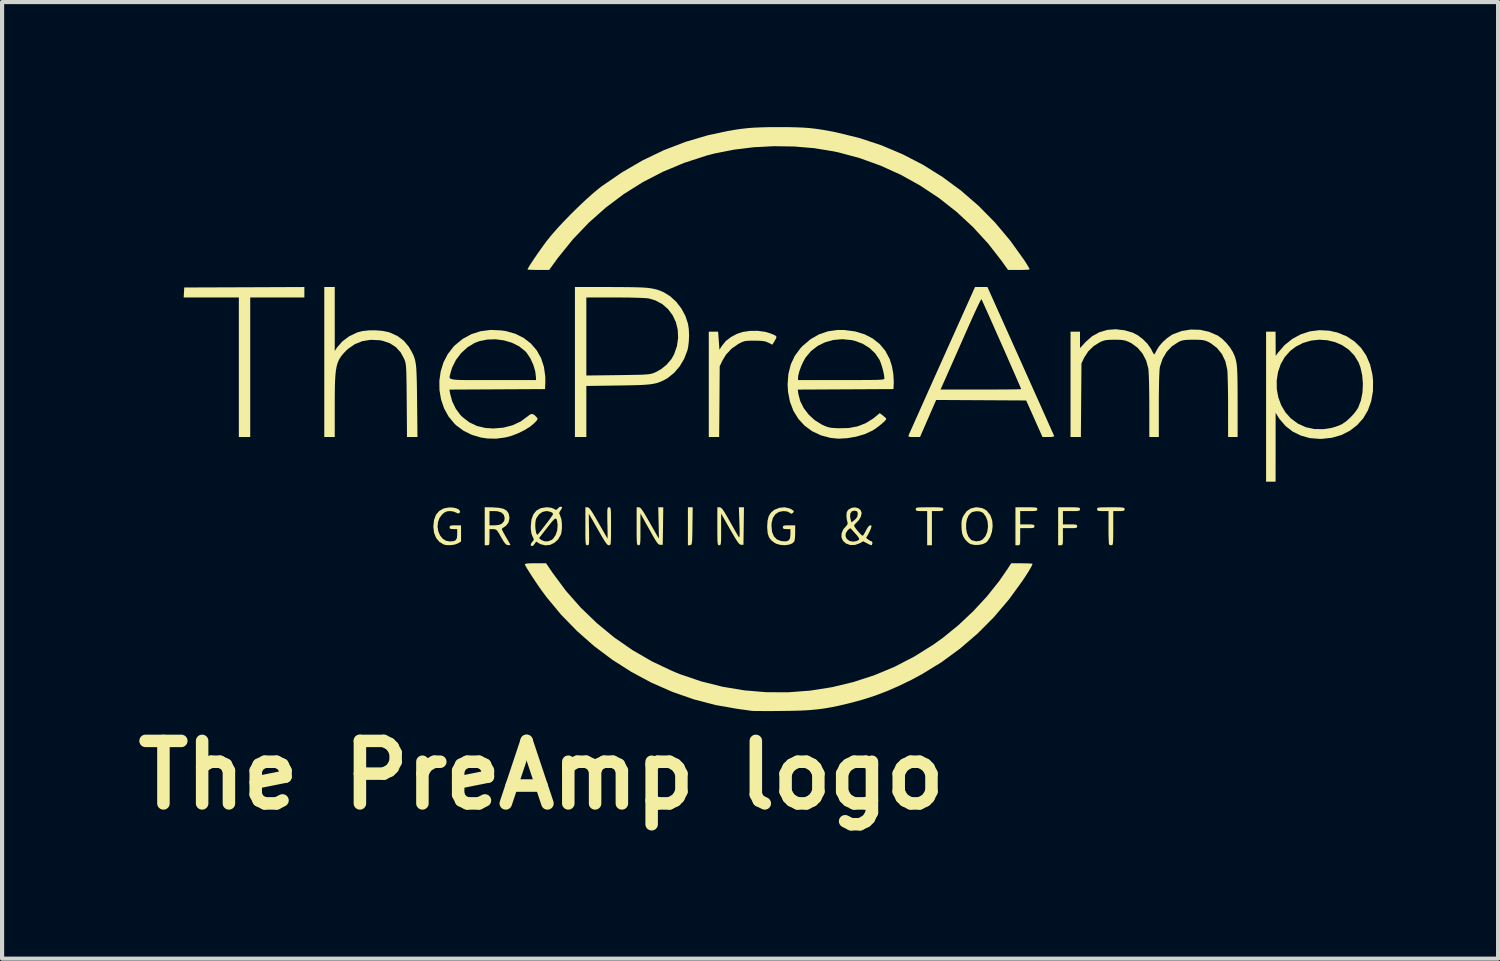
<source format=kicad_pcb>
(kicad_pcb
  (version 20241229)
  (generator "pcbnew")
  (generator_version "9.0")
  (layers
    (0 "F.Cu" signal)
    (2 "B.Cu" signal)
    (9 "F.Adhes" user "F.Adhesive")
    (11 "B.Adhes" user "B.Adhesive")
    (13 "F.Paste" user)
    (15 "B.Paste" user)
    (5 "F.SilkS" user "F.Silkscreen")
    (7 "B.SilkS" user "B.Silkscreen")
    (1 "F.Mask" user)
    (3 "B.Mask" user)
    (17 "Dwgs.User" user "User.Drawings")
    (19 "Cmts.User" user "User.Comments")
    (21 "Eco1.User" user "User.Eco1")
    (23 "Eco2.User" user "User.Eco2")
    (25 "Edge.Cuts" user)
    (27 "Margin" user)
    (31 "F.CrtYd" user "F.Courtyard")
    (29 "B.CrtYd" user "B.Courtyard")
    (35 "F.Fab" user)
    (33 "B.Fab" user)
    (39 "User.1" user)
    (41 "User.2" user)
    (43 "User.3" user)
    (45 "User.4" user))
  (footprint "The PreAmp logo"
    (layer "F.Cu")
    (at 15.643 7.049)
    (property "Reference" "The PreAmp logo" (at -5.7 8.5 0) (layer "F.SilkS") (effects (font (size 1.5 1.5) (thickness 0.3))))
    (attr board_only exclude_from_pos_files exclude_from_bom)
    (fp_poly (pts (xy -2.078 2.523) (xy -2.08 2.676) (xy -2.083 2.791) (xy -2.086 2.871) (xy -2.091 2.924) (xy -2.099 2.956) (xy -2.109 2.972) (xy -2.124 2.978) (xy -2.136 2.98) (xy -2.187 2.987) (xy -2.187 2.53) (xy -2.187 2.073) (xy -2.129 2.073) (xy -2.072 2.073)) (stroke (width 0) (type solid)) (fill yes) (layer "F.SilkS"))
    (fp_poly (pts (xy -11.39 -3.087) (xy -11.39 -2.961) (xy -12.039 -2.961) (xy -12.689 -2.961) (xy -12.689 -1.287) (xy -12.689 0.387) (xy -12.825 0.387) (xy -12.962 0.387) (xy -12.962 -1.287) (xy -12.962 -2.961) (xy -13.624 -2.961) (xy -14.286 -2.961) (xy -14.279 -3.081) (xy -14.272 -3.201) (xy -12.831 -3.206) (xy -11.39 -3.212)) (stroke (width 0) (type solid)) (fill yes) (layer "F.SilkS"))
    (fp_poly (pts (xy 3.739 2.073) (xy 3.83 2.075) (xy 3.888 2.079) (xy 3.921 2.086) (xy 3.937 2.097) (xy 3.941 2.113) (xy 3.941 2.119) (xy 3.936 2.144) (xy 3.914 2.158) (xy 3.865 2.163) (xy 3.804 2.164) (xy 3.668 2.164) (xy 3.668 2.574) (xy 3.668 2.984) (xy 3.611 2.984) (xy 3.554 2.984) (xy 3.554 2.574) (xy 3.554 2.164) (xy 3.417 2.164) (xy 3.341 2.162) (xy 3.299 2.155) (xy 3.283 2.139) (xy 3.28 2.119) (xy 3.283 2.101) (xy 3.294 2.088) (xy 3.322 2.08) (xy 3.372 2.076) (xy 3.453 2.074) (xy 3.57 2.073) (xy 3.611 2.073)) (stroke (width 0) (type solid)) (fill yes) (layer "F.SilkS"))
    (fp_poly (pts (xy 6.047 2.073) (xy 6.122 2.076) (xy 6.166 2.081) (xy 6.188 2.091) (xy 6.196 2.107) (xy 6.196 2.119) (xy 6.193 2.14) (xy 6.177 2.154) (xy 6.139 2.161) (xy 6.072 2.164) (xy 5.991 2.164) (xy 5.786 2.164) (xy 5.786 2.324) (xy 5.786 2.483) (xy 5.957 2.483) (xy 6.044 2.484) (xy 6.096 2.489) (xy 6.12 2.5) (xy 6.128 2.52) (xy 6.128 2.529) (xy 6.124 2.552) (xy 6.105 2.566) (xy 6.063 2.572) (xy 5.988 2.574) (xy 5.957 2.574) (xy 5.786 2.574) (xy 5.786 2.779) (xy 5.786 2.876) (xy 5.783 2.937) (xy 5.775 2.969) (xy 5.759 2.982) (xy 5.734 2.984) (xy 5.729 2.984) (xy 5.672 2.984) (xy 5.672 2.529) (xy 5.672 2.073) (xy 5.934 2.073)) (stroke (width 0) (type solid)) (fill yes) (layer "F.SilkS"))
    (fp_poly (pts (xy 7.072 2.073) (xy 7.147 2.076) (xy 7.191 2.081) (xy 7.213 2.091) (xy 7.221 2.107) (xy 7.221 2.119) (xy 7.218 2.14) (xy 7.202 2.154) (xy 7.164 2.161) (xy 7.097 2.164) (xy 7.016 2.164) (xy 6.811 2.164) (xy 6.811 2.324) (xy 6.811 2.483) (xy 6.982 2.483) (xy 7.07 2.484) (xy 7.121 2.489) (xy 7.145 2.5) (xy 7.153 2.52) (xy 7.153 2.529) (xy 7.149 2.552) (xy 7.131 2.566) (xy 7.088 2.572) (xy 7.013 2.574) (xy 6.982 2.574) (xy 6.811 2.574) (xy 6.811 2.779) (xy 6.811 2.876) (xy 6.808 2.937) (xy 6.8 2.969) (xy 6.785 2.982) (xy 6.759 2.984) (xy 6.754 2.984) (xy 6.697 2.984) (xy 6.697 2.529) (xy 6.697 2.073) (xy 6.959 2.073)) (stroke (width 0) (type solid)) (fill yes) (layer "F.SilkS"))
    (fp_poly (pts (xy 8.09 2.073) (xy 8.181 2.075) (xy 8.239 2.079) (xy 8.272 2.086) (xy 8.288 2.097) (xy 8.292 2.113) (xy 8.292 2.119) (xy 8.287 2.144) (xy 8.265 2.158) (xy 8.216 2.163) (xy 8.155 2.164) (xy 8.019 2.164) (xy 8.019 2.574) (xy 8.018 2.72) (xy 8.017 2.827) (xy 8.014 2.9) (xy 8.009 2.947) (xy 8.001 2.972) (xy 7.99 2.982) (xy 7.977 2.984) (xy 7.934 2.977) (xy 7.92 2.969) (xy 7.915 2.942) (xy 7.911 2.878) (xy 7.907 2.783) (xy 7.905 2.666) (xy 7.905 2.559) (xy 7.905 2.164) (xy 7.768 2.164) (xy 7.692 2.162) (xy 7.65 2.155) (xy 7.634 2.139) (xy 7.631 2.119) (xy 7.634 2.101) (xy 7.645 2.088) (xy 7.673 2.08) (xy 7.723 2.076) (xy 7.804 2.074) (xy 7.921 2.073) (xy 7.962 2.073)) (stroke (width 0) (type solid)) (fill yes) (layer "F.SilkS"))
    (fp_poly (pts (xy -0.346 -2.139) (xy -0.281 -2.123) (xy -0.198 -2.095) (xy -0.128 -2.067) (xy -0.087 -2.046) (xy -0.087 -2.046) (xy -0.065 -2.024) (xy -0.064 -1.999) (xy -0.085 -1.955) (xy -0.104 -1.922) (xy -0.16 -1.829) (xy -0.257 -1.877) (xy -0.311 -1.9) (xy -0.37 -1.914) (xy -0.447 -1.922) (xy -0.553 -1.925) (xy -0.592 -1.925) (xy -0.702 -1.924) (xy -0.779 -1.92) (xy -0.838 -1.909) (xy -0.891 -1.89) (xy -0.953 -1.859) (xy -0.974 -1.848) (xy -1.14 -1.733) (xy -1.275 -1.587) (xy -1.363 -1.439) (xy -1.424 -1.31) (xy -1.43 -0.461) (xy -1.437 0.387) (xy -1.561 0.387) (xy -1.686 0.387) (xy -1.686 -0.877) (xy -1.686 -2.141) (xy -1.574 -2.141) (xy -1.462 -2.141) (xy -1.446 -1.925) (xy -1.43 -1.708) (xy -1.368 -1.805) (xy -1.276 -1.918) (xy -1.15 -2.014) (xy -1.008 -2.089) (xy -0.862 -2.136) (xy -0.692 -2.16) (xy -0.515 -2.161)) (stroke (width 0) (type solid)) (fill yes) (layer "F.SilkS"))
    (fp_poly (pts (xy -1.403 2.078) (xy -1.378 2.097) (xy -1.346 2.135) (xy -1.306 2.197) (xy -1.251 2.289) (xy -1.183 2.409) (xy -1.118 2.523) (xy -1.06 2.626) (xy -1.012 2.71) (xy -0.978 2.767) (xy -0.966 2.787) (xy -0.956 2.794) (xy -0.949 2.777) (xy -0.946 2.73) (xy -0.946 2.65) (xy -0.949 2.531) (xy -0.951 2.451) (xy -0.964 2.073) (xy -0.903 2.073) (xy -0.842 2.073) (xy -0.848 2.523) (xy -0.854 2.973) (xy -0.909 2.973) (xy -0.931 2.968) (xy -0.956 2.95) (xy -0.986 2.914) (xy -1.026 2.855) (xy -1.079 2.767) (xy -1.149 2.646) (xy -1.177 2.598) (xy -1.39 2.223) (xy -1.39 2.604) (xy -1.39 2.743) (xy -1.391 2.844) (xy -1.394 2.912) (xy -1.4 2.953) (xy -1.409 2.975) (xy -1.422 2.983) (xy -1.435 2.984) (xy -1.451 2.982) (xy -1.462 2.973) (xy -1.47 2.95) (xy -1.476 2.909) (xy -1.479 2.842) (xy -1.48 2.744) (xy -1.481 2.609) (xy -1.481 2.529) (xy -1.481 2.073) (xy -1.426 2.073)) (stroke (width 0) (type solid)) (fill yes) (layer "F.SilkS"))
    (fp_poly (pts (xy -3.342 2.078) (xy -3.317 2.098) (xy -3.286 2.137) (xy -3.244 2.2) (xy -3.189 2.292) (xy -3.116 2.418) (xy -3.099 2.449) (xy -3.032 2.566) (xy -2.974 2.668) (xy -2.928 2.75) (xy -2.897 2.804) (xy -2.884 2.825) (xy -2.884 2.825) (xy -2.884 2.803) (xy -2.884 2.744) (xy -2.886 2.654) (xy -2.888 2.54) (xy -2.89 2.449) (xy -2.898 2.073) (xy -2.838 2.073) (xy -2.778 2.073) (xy -2.784 2.523) (xy -2.791 2.973) (xy -2.846 2.973) (xy -2.866 2.971) (xy -2.885 2.964) (xy -2.906 2.946) (xy -2.933 2.912) (xy -2.967 2.859) (xy -3.014 2.781) (xy -3.074 2.674) (xy -3.153 2.533) (xy -3.181 2.484) (xy -3.326 2.222) (xy -3.326 2.603) (xy -3.326 2.743) (xy -3.327 2.844) (xy -3.33 2.912) (xy -3.336 2.953) (xy -3.345 2.975) (xy -3.358 2.983) (xy -3.371 2.984) (xy -3.387 2.982) (xy -3.398 2.973) (xy -3.407 2.95) (xy -3.412 2.909) (xy -3.415 2.842) (xy -3.417 2.744) (xy -3.417 2.609) (xy -3.417 2.529) (xy -3.417 2.073) (xy -3.364 2.073)) (stroke (width 0) (type solid)) (fill yes) (layer "F.SilkS"))
    (fp_poly (pts (xy -7.83 2.079) (xy -7.746 2.097) (xy -7.684 2.127) (xy -7.655 2.166) (xy -7.654 2.175) (xy -7.669 2.215) (xy -7.708 2.22) (xy -7.75 2.2) (xy -7.805 2.177) (xy -7.879 2.165) (xy -7.899 2.164) (xy -7.973 2.172) (xy -8.033 2.202) (xy -8.077 2.238) (xy -8.146 2.326) (xy -8.184 2.429) (xy -8.194 2.539) (xy -8.177 2.647) (xy -8.137 2.744) (xy -8.075 2.824) (xy -7.993 2.876) (xy -7.902 2.893) (xy -7.812 2.887) (xy -7.757 2.862) (xy -7.73 2.811) (xy -7.723 2.727) (xy -7.723 2.721) (xy -7.723 2.597) (xy -7.814 2.597) (xy -7.873 2.593) (xy -7.9 2.578) (xy -7.905 2.551) (xy -7.9 2.526) (xy -7.878 2.512) (xy -7.829 2.507) (xy -7.768 2.506) (xy -7.631 2.506) (xy -7.631 2.7) (xy -7.631 2.894) (xy -7.705 2.939) (xy -7.78 2.967) (xy -7.876 2.982) (xy -7.973 2.982) (xy -8.041 2.968) (xy -8.15 2.904) (xy -8.23 2.807) (xy -8.279 2.681) (xy -8.295 2.539) (xy -8.279 2.38) (xy -8.232 2.254) (xy -8.154 2.161) (xy -8.047 2.101) (xy -7.927 2.077)) (stroke (width 0) (type solid)) (fill yes) (layer "F.SilkS"))
    (fp_poly (pts (xy 4.875 2.092) (xy 4.977 2.148) (xy 5.057 2.245) (xy 5.076 2.278) (xy 5.115 2.394) (xy 5.125 2.525) (xy 5.109 2.658) (xy 5.068 2.78) (xy 5.006 2.88) (xy 4.96 2.924) (xy 4.885 2.958) (xy 4.786 2.976) (xy 4.683 2.976) (xy 4.594 2.955) (xy 4.586 2.952) (xy 4.53 2.913) (xy 4.471 2.852) (xy 4.449 2.822) (xy 4.414 2.761) (xy 4.393 2.699) (xy 4.382 2.619) (xy 4.38 2.581) (xy 4.489 2.581) (xy 4.508 2.69) (xy 4.546 2.783) (xy 4.604 2.849) (xy 4.628 2.865) (xy 4.726 2.89) (xy 4.823 2.878) (xy 4.886 2.844) (xy 4.955 2.763) (xy 4.997 2.657) (xy 5.013 2.537) (xy 5.004 2.416) (xy 4.967 2.306) (xy 4.905 2.218) (xy 4.89 2.204) (xy 4.82 2.173) (xy 4.732 2.167) (xy 4.646 2.184) (xy 4.609 2.203) (xy 4.549 2.267) (xy 4.509 2.358) (xy 4.489 2.466) (xy 4.489 2.581) (xy 4.38 2.581) (xy 4.378 2.553) (xy 4.377 2.454) (xy 4.384 2.382) (xy 4.404 2.32) (xy 4.424 2.278) (xy 4.499 2.17) (xy 4.595 2.103) (xy 4.713 2.074) (xy 4.75 2.073)) (stroke (width 0) (type solid)) (fill yes) (layer "F.SilkS"))
    (fp_poly (pts (xy -6.874 2.075) (xy -6.723 2.085) (xy -6.611 2.11) (xy -6.535 2.154) (xy -6.49 2.218) (xy -6.471 2.305) (xy -6.47 2.342) (xy -6.492 2.44) (xy -6.553 2.518) (xy -6.601 2.55) (xy -6.64 2.577) (xy -6.652 2.597) (xy -6.641 2.625) (xy -6.612 2.682) (xy -6.57 2.757) (xy -6.549 2.792) (xy -6.504 2.87) (xy -6.468 2.933) (xy -6.449 2.97) (xy -6.447 2.976) (xy -6.466 2.982) (xy -6.507 2.98) (xy -6.541 2.969) (xy -6.574 2.94) (xy -6.613 2.886) (xy -6.665 2.799) (xy -6.672 2.785) (xy -6.722 2.698) (xy -6.757 2.643) (xy -6.786 2.613) (xy -6.816 2.601) (xy -6.855 2.598) (xy -6.863 2.598) (xy -6.948 2.597) (xy -6.948 2.791) (xy -6.949 2.884) (xy -6.952 2.942) (xy -6.961 2.971) (xy -6.978 2.982) (xy -7.005 2.984) (xy -7.062 2.984) (xy -7.062 2.527) (xy -7.062 2.164) (xy -6.948 2.164) (xy -6.948 2.335) (xy -6.948 2.506) (xy -6.826 2.506) (xy -6.731 2.498) (xy -6.663 2.473) (xy -6.644 2.459) (xy -6.596 2.401) (xy -6.583 2.335) (xy -6.603 2.255) (xy -6.659 2.199) (xy -6.752 2.169) (xy -6.826 2.164) (xy -6.948 2.164) (xy -7.062 2.164) (xy -7.062 2.071)) (stroke (width 0) (type solid)) (fill yes) (layer "F.SilkS"))
    (fp_poly (pts (xy 0.251 2.099) (xy 0.294 2.12) (xy 0.342 2.152) (xy 0.355 2.174) (xy 0.34 2.198) (xy 0.334 2.204) (xy 0.303 2.228) (xy 0.275 2.22) (xy 0.255 2.202) (xy 0.195 2.174) (xy 0.109 2.164) (xy -0.002 2.183) (xy -0.089 2.24) (xy -0.149 2.33) (xy -0.179 2.451) (xy -0.182 2.517) (xy -0.168 2.661) (xy -0.124 2.77) (xy -0.052 2.844) (xy 0.049 2.883) (xy 0.075 2.887) (xy 0.171 2.89) (xy 0.231 2.868) (xy 0.263 2.817) (xy 0.273 2.731) (xy 0.273 2.721) (xy 0.273 2.597) (xy 0.182 2.597) (xy 0.123 2.593) (xy 0.096 2.578) (xy 0.091 2.551) (xy 0.096 2.527) (xy 0.116 2.513) (xy 0.163 2.507) (xy 0.239 2.506) (xy 0.387 2.506) (xy 0.387 2.678) (xy 0.384 2.768) (xy 0.377 2.843) (xy 0.366 2.89) (xy 0.365 2.892) (xy 0.316 2.94) (xy 0.236 2.97) (xy 0.139 2.983) (xy 0.035 2.976) (xy -0.061 2.95) (xy -0.103 2.929) (xy -0.187 2.866) (xy -0.242 2.792) (xy -0.273 2.697) (xy -0.284 2.57) (xy -0.285 2.54) (xy -0.276 2.396) (xy -0.248 2.287) (xy -0.197 2.204) (xy -0.12 2.139) (xy -0.103 2.129) (xy 0.013 2.084) (xy 0.135 2.073)) (stroke (width 0) (type solid)) (fill yes) (layer "F.SilkS"))
    (fp_poly (pts (xy -10.661 -2.446) (xy -10.661 -1.679) (xy -10.605 -1.763) (xy -10.479 -1.907) (xy -10.318 -2.028) (xy -10.126 -2.121) (xy -10.114 -2.125) (xy -9.991 -2.156) (xy -9.84 -2.172) (xy -9.677 -2.173) (xy -9.517 -2.16) (xy -9.377 -2.132) (xy -9.34 -2.12) (xy -9.157 -2.037) (xy -9.006 -1.925) (xy -8.883 -1.778) (xy -8.816 -1.663) (xy -8.786 -1.603) (xy -8.762 -1.548) (xy -8.742 -1.491) (xy -8.727 -1.428) (xy -8.714 -1.354) (xy -8.705 -1.264) (xy -8.699 -1.152) (xy -8.694 -1.013) (xy -8.69 -0.842) (xy -8.687 -0.635) (xy -8.685 -0.473) (xy -8.676 0.387) (xy -8.802 0.387) (xy -8.927 0.387) (xy -8.934 -0.484) (xy -8.936 -0.707) (xy -8.938 -0.889) (xy -8.941 -1.036) (xy -8.943 -1.151) (xy -8.947 -1.241) (xy -8.952 -1.309) (xy -8.958 -1.362) (xy -8.966 -1.403) (xy -8.976 -1.438) (xy -8.988 -1.471) (xy -8.993 -1.483) (xy -9.08 -1.645) (xy -9.197 -1.772) (xy -9.343 -1.865) (xy -9.519 -1.924) (xy -9.589 -1.936) (xy -9.8 -1.945) (xy -9.999 -1.913) (xy -10.181 -1.84) (xy -10.342 -1.728) (xy -10.394 -1.679) (xy -10.458 -1.611) (xy -10.511 -1.545) (xy -10.554 -1.477) (xy -10.588 -1.402) (xy -10.614 -1.314) (xy -10.633 -1.21) (xy -10.646 -1.082) (xy -10.655 -0.927) (xy -10.659 -0.74) (xy -10.661 -0.514) (xy -10.661 -0.371) (xy -10.661 0.387) (xy -10.786 0.387) (xy -10.912 0.387) (xy -10.912 -1.412) (xy -10.912 -3.212) (xy -10.786 -3.212) (xy -10.661 -3.212)) (stroke (width 0) (type solid)) (fill yes) (layer "F.SilkS"))
    (fp_poly (pts (xy -4.063 2.075) (xy -4.051 2.083) (xy -4.043 2.105) (xy -4.037 2.146) (xy -4.034 2.211) (xy -4.033 2.307) (xy -4.032 2.439) (xy -4.032 2.529) (xy -4.032 2.683) (xy -4.033 2.798) (xy -4.036 2.88) (xy -4.04 2.933) (xy -4.046 2.964) (xy -4.056 2.979) (xy -4.07 2.984) (xy -4.077 2.984) (xy -4.096 2.982) (xy -4.116 2.971) (xy -4.139 2.948) (xy -4.169 2.907) (xy -4.209 2.844) (xy -4.263 2.753) (xy -4.333 2.631) (xy -4.395 2.523) (xy -4.453 2.421) (xy -4.503 2.334) (xy -4.54 2.27) (xy -4.561 2.236) (xy -4.564 2.232) (xy -4.565 2.254) (xy -4.564 2.314) (xy -4.564 2.404) (xy -4.562 2.517) (xy -4.56 2.608) (xy -4.558 2.747) (xy -4.557 2.846) (xy -4.559 2.913) (xy -4.563 2.954) (xy -4.572 2.975) (xy -4.585 2.983) (xy -4.6 2.984) (xy -4.616 2.983) (xy -4.628 2.974) (xy -4.636 2.953) (xy -4.642 2.913) (xy -4.645 2.848) (xy -4.647 2.753) (xy -4.647 2.622) (xy -4.647 2.529) (xy -4.647 2.073) (xy -4.596 2.073) (xy -4.574 2.079) (xy -4.548 2.101) (xy -4.515 2.143) (xy -4.471 2.21) (xy -4.413 2.307) (xy -4.337 2.44) (xy -4.331 2.449) (xy -4.265 2.566) (xy -4.206 2.668) (xy -4.159 2.75) (xy -4.128 2.804) (xy -4.115 2.825) (xy -4.115 2.825) (xy -4.114 2.803) (xy -4.114 2.744) (xy -4.115 2.654) (xy -4.117 2.54) (xy -4.119 2.449) (xy -4.121 2.31) (xy -4.121 2.211) (xy -4.12 2.144) (xy -4.115 2.103) (xy -4.106 2.082) (xy -4.094 2.074) (xy -4.079 2.073)) (stroke (width 0) (type solid)) (fill yes) (layer "F.SilkS"))
    (fp_poly (pts (xy -4.049 -3.212) (xy -3.802 -3.211) (xy -3.596 -3.209) (xy -3.425 -3.206) (xy -3.284 -3.201) (xy -3.168 -3.193) (xy -3.073 -3.181) (xy -2.992 -3.166) (xy -2.92 -3.147) (xy -2.854 -3.124) (xy -2.786 -3.095) (xy -2.764 -3.084) (xy -2.609 -2.988) (xy -2.466 -2.856) (xy -2.343 -2.696) (xy -2.247 -2.518) (xy -2.186 -2.334) (xy -2.166 -2.208) (xy -2.159 -2.058) (xy -2.165 -1.905) (xy -2.182 -1.766) (xy -2.198 -1.695) (xy -2.275 -1.493) (xy -2.384 -1.309) (xy -2.518 -1.152) (xy -2.671 -1.029) (xy -2.725 -0.997) (xy -2.793 -0.962) (xy -2.857 -0.934) (xy -2.923 -0.911) (xy -2.996 -0.893) (xy -3.083 -0.879) (xy -3.188 -0.869) (xy -3.317 -0.861) (xy -3.476 -0.856) (xy -3.671 -0.852) (xy -3.867 -0.849) (xy -4.624 -0.838) (xy -4.624 -0.226) (xy -4.624 0.387) (xy -4.761 0.387) (xy -4.898 0.387) (xy -4.898 -1.412) (xy -4.898 -2.961) (xy -4.624 -2.961) (xy -4.624 -2.025) (xy -4.624 -1.089) (xy -3.867 -1.098) (xy -3.661 -1.101) (xy -3.494 -1.104) (xy -3.363 -1.106) (xy -3.261 -1.11) (xy -3.182 -1.115) (xy -3.123 -1.121) (xy -3.076 -1.129) (xy -3.037 -1.139) (xy -3 -1.152) (xy -2.975 -1.162) (xy -2.829 -1.241) (xy -2.695 -1.352) (xy -2.583 -1.483) (xy -2.519 -1.595) (xy -2.45 -1.795) (xy -2.422 -1.993) (xy -2.431 -2.186) (xy -2.475 -2.368) (xy -2.553 -2.534) (xy -2.662 -2.68) (xy -2.799 -2.8) (xy -2.963 -2.889) (xy -3.116 -2.936) (xy -3.178 -2.944) (xy -3.281 -2.95) (xy -3.421 -2.955) (xy -3.594 -2.959) (xy -3.795 -2.961) (xy -3.931 -2.961) (xy -4.624 -2.961) (xy -4.898 -2.961) (xy -4.898 -3.212)) (stroke (width 0) (type solid)) (fill yes) (layer "F.SilkS"))
    (fp_poly (pts (xy 13.202 -2.164) (xy 13.404 -2.118) (xy 13.621 -2.029) (xy 13.809 -1.905) (xy 13.966 -1.75) (xy 14.091 -1.565) (xy 14.182 -1.351) (xy 14.238 -1.11) (xy 14.253 -0.968) (xy 14.25 -0.709) (xy 14.208 -0.471) (xy 14.13 -0.254) (xy 14.017 -0.062) (xy 13.871 0.102) (xy 13.697 0.236) (xy 13.495 0.338) (xy 13.268 0.404) (xy 13.02 0.432) (xy 12.972 0.432) (xy 12.737 0.413) (xy 12.521 0.353) (xy 12.325 0.257) (xy 12.155 0.125) (xy 12.013 -0.04) (xy 11.984 -0.083) (xy 11.915 -0.194) (xy 11.915 0.632) (xy 11.914 1.458) (xy 11.8 1.458) (xy 11.686 1.458) (xy 11.686 -0.342) (xy 11.686 -0.97) (xy 11.941 -0.97) (xy 11.943 -0.766) (xy 11.979 -0.566) (xy 12.049 -0.376) (xy 12.151 -0.203) (xy 12.277 -0.063) (xy 12.449 0.065) (xy 12.638 0.151) (xy 12.845 0.196) (xy 13.067 0.198) (xy 13.242 0.172) (xy 13.343 0.144) (xy 13.447 0.106) (xy 13.511 0.076) (xy 13.61 0.008) (xy 13.714 -0.086) (xy 13.81 -0.192) (xy 13.883 -0.296) (xy 13.897 -0.321) (xy 13.961 -0.489) (xy 13.999 -0.682) (xy 14.009 -0.887) (xy 13.993 -1.092) (xy 13.95 -1.284) (xy 13.904 -1.405) (xy 13.803 -1.57) (xy 13.672 -1.707) (xy 13.516 -1.814) (xy 13.342 -1.89) (xy 13.155 -1.935) (xy 12.961 -1.948) (xy 12.767 -1.927) (xy 12.578 -1.872) (xy 12.4 -1.782) (xy 12.265 -1.679) (xy 12.134 -1.531) (xy 12.036 -1.359) (xy 11.972 -1.169) (xy 11.941 -0.97) (xy 11.686 -0.97) (xy 11.686 -2.141) (xy 11.8 -2.141) (xy 11.914 -2.141) (xy 11.915 -1.851) (xy 11.917 -1.56) (xy 11.966 -1.629) (xy 12.128 -1.816) (xy 12.314 -1.966) (xy 12.518 -2.077) (xy 12.736 -2.148) (xy 12.966 -2.177)) (stroke (width 0) (type solid)) (fill yes) (layer "F.SilkS"))
    (fp_poly (pts (xy 4.851 -3.212) (xy 5 -3.212) (xy 5.798 -1.434) (xy 5.918 -1.165) (xy 6.033 -0.909) (xy 6.141 -0.667) (xy 6.242 -0.443) (xy 6.332 -0.24) (xy 6.412 -0.061) (xy 6.48 0.09) (xy 6.534 0.212) (xy 6.574 0.3) (xy 6.597 0.352) (xy 6.602 0.366) (xy 6.586 0.377) (xy 6.534 0.385) (xy 6.466 0.387) (xy 6.321 0.387) (xy 6.126 -0.051) (xy 5.93 -0.49) (xy 4.85 -0.496) (xy 3.77 -0.502) (xy 3.576 -0.058) (xy 3.383 0.386) (xy 3.238 0.387) (xy 3.16 0.386) (xy 3.118 0.38) (xy 3.104 0.367) (xy 3.108 0.347) (xy 3.119 0.321) (xy 3.148 0.256) (xy 3.193 0.156) (xy 3.252 0.023) (xy 3.324 -0.138) (xy 3.408 -0.326) (xy 3.502 -0.536) (xy 3.598 -0.752) (xy 3.875 -0.752) (xy 4.842 -0.752) (xy 5.047 -0.752) (xy 5.237 -0.753) (xy 5.408 -0.754) (xy 5.554 -0.755) (xy 5.672 -0.757) (xy 5.756 -0.759) (xy 5.802 -0.761) (xy 5.809 -0.763) (xy 5.8 -0.786) (xy 5.775 -0.846) (xy 5.735 -0.938) (xy 5.683 -1.058) (xy 5.621 -1.2) (xy 5.551 -1.359) (xy 5.475 -1.532) (xy 5.396 -1.713) (xy 5.314 -1.897) (xy 5.233 -2.079) (xy 5.155 -2.256) (xy 5.082 -2.421) (xy 5.015 -2.571) (xy 4.957 -2.7) (xy 4.91 -2.804) (xy 4.877 -2.877) (xy 4.858 -2.916) (xy 4.855 -2.921) (xy 4.843 -2.904) (xy 4.815 -2.85) (xy 4.772 -2.763) (xy 4.718 -2.647) (xy 4.653 -2.506) (xy 4.581 -2.346) (xy 4.502 -2.169) (xy 4.472 -2.101) (xy 4.386 -1.906) (xy 4.301 -1.713) (xy 4.22 -1.53) (xy 4.146 -1.362) (xy 4.081 -1.216) (xy 4.029 -1.098) (xy 3.992 -1.014) (xy 3.989 -1.008) (xy 3.875 -0.752) (xy 3.598 -0.752) (xy 3.605 -0.766) (xy 3.715 -1.013) (xy 3.832 -1.273) (xy 3.912 -1.452) (xy 4.702 -3.212)) (stroke (width 0) (type solid)) (fill yes) (layer "F.SilkS"))
    (fp_poly (pts (xy 0.226 -7.048) (xy 0.417 -7.044) (xy 0.583 -7.037) (xy 0.734 -7.026) (xy 0.881 -7.009) (xy 1.034 -6.986) (xy 1.204 -6.956) (xy 1.378 -6.922) (xy 1.923 -6.789) (xy 2.451 -6.615) (xy 2.962 -6.399) (xy 3.454 -6.145) (xy 3.923 -5.852) (xy 4.369 -5.523) (xy 4.789 -5.159) (xy 5.181 -4.761) (xy 5.543 -4.331) (xy 5.874 -3.87) (xy 5.918 -3.803) (xy 5.963 -3.73) (xy 5.997 -3.672) (xy 6.013 -3.64) (xy 6.014 -3.638) (xy 5.993 -3.631) (xy 5.935 -3.626) (xy 5.85 -3.623) (xy 5.754 -3.622) (xy 5.495 -3.622) (xy 5.345 -3.833) (xy 5.015 -4.257) (xy 4.652 -4.652) (xy 4.259 -5.016) (xy 3.838 -5.347) (xy 3.392 -5.643) (xy 2.925 -5.903) (xy 2.438 -6.124) (xy 1.936 -6.305) (xy 1.42 -6.444) (xy 1.299 -6.469) (xy 0.84 -6.544) (xy 0.363 -6.584) (xy -0.124 -6.591) (xy -0.61 -6.566) (xy -1.086 -6.507) (xy -1.543 -6.417) (xy -1.743 -6.365) (xy -2.274 -6.192) (xy -2.782 -5.98) (xy -3.267 -5.73) (xy -3.726 -5.442) (xy -4.16 -5.116) (xy -4.567 -4.754) (xy -4.947 -4.356) (xy -5.299 -3.921) (xy -5.372 -3.821) (xy -5.516 -3.622) (xy -5.776 -3.622) (xy -5.879 -3.623) (xy -5.963 -3.626) (xy -6.018 -3.629) (xy -6.037 -3.634) (xy -6.024 -3.661) (xy -5.99 -3.719) (xy -5.937 -3.801) (xy -5.872 -3.899) (xy -5.798 -4.007) (xy -5.72 -4.118) (xy -5.643 -4.225) (xy -5.584 -4.305) (xy -5.473 -4.444) (xy -5.334 -4.604) (xy -5.174 -4.776) (xy -5.001 -4.955) (xy -4.822 -5.131) (xy -4.644 -5.299) (xy -4.476 -5.45) (xy -4.324 -5.577) (xy -4.248 -5.635) (xy -3.766 -5.965) (xy -3.272 -6.252) (xy -2.765 -6.495) (xy -2.245 -6.695) (xy -1.709 -6.853) (xy -1.23 -6.956) (xy -1.06 -6.985) (xy -0.906 -7.007) (xy -0.758 -7.024) (xy -0.606 -7.036) (xy -0.44 -7.043) (xy -0.249 -7.048) (xy -0.025 -7.049) (xy 0 -7.049)) (stroke (width 0) (type solid)) (fill yes) (layer "F.SilkS"))
    (fp_poly (pts (xy -5.439 3.639) (xy -5.118 4.072) (xy -4.762 4.477) (xy -4.374 4.851) (xy -3.958 5.194) (xy -3.515 5.501) (xy -3.049 5.771) (xy -2.562 6.002) (xy -2.381 6.076) (xy -1.873 6.249) (xy -1.356 6.379) (xy -0.832 6.466) (xy -0.305 6.51) (xy 0.223 6.512) (xy 0.748 6.472) (xy 1.269 6.39) (xy 1.781 6.267) (xy 2.283 6.104) (xy 2.772 5.9) (xy 3.243 5.656) (xy 3.696 5.373) (xy 3.928 5.207) (xy 4.303 4.902) (xy 4.658 4.568) (xy 4.986 4.214) (xy 5.281 3.845) (xy 5.48 3.556) (xy 5.57 3.417) (xy 5.826 3.417) (xy 5.928 3.418) (xy 6.011 3.421) (xy 6.065 3.425) (xy 6.082 3.43) (xy 6.069 3.468) (xy 6.03 3.54) (xy 5.968 3.643) (xy 5.882 3.775) (xy 5.848 3.827) (xy 5.519 4.281) (xy 5.157 4.707) (xy 4.763 5.103) (xy 4.342 5.465) (xy 3.895 5.792) (xy 3.425 6.08) (xy 3.174 6.215) (xy 2.867 6.363) (xy 2.581 6.488) (xy 2.3 6.594) (xy 2.01 6.687) (xy 1.697 6.772) (xy 1.64 6.786) (xy 1.439 6.833) (xy 1.256 6.871) (xy 1.082 6.901) (xy 0.909 6.923) (xy 0.725 6.94) (xy 0.523 6.951) (xy 0.293 6.957) (xy 0.068 6.96) (xy -0.105 6.962) (xy -0.265 6.962) (xy -0.407 6.962) (xy -0.523 6.961) (xy -0.608 6.96) (xy -0.655 6.958) (xy -0.661 6.957) (xy -0.705 6.951) (xy -0.784 6.939) (xy -0.885 6.926) (xy -0.991 6.911) (xy -1.524 6.818) (xy -2.048 6.681) (xy -2.56 6.502) (xy -3.058 6.283) (xy -3.539 6.026) (xy -3.999 5.733) (xy -4.436 5.405) (xy -4.846 5.044) (xy -5.228 4.652) (xy -5.578 4.231) (xy -5.696 4.071) (xy -5.767 3.971) (xy -5.842 3.86) (xy -5.916 3.748) (xy -5.984 3.643) (xy -6.041 3.552) (xy -6.081 3.483) (xy -6.098 3.449) (xy -6.096 3.435) (xy -6.072 3.426) (xy -6.022 3.42) (xy -5.936 3.417) (xy -5.85 3.417) (xy -5.589 3.417)) (stroke (width 0) (type solid)) (fill yes) (layer "F.SilkS"))
    (fp_poly (pts (xy -5.206 2.073) (xy -5.211 2.098) (xy -5.239 2.14) (xy -5.269 2.188) (xy -5.274 2.223) (xy -5.254 2.27) (xy -5.248 2.283) (xy -5.222 2.362) (xy -5.21 2.467) (xy -5.21 2.58) (xy -5.223 2.684) (xy -5.238 2.735) (xy -5.303 2.845) (xy -5.391 2.926) (xy -5.495 2.975) (xy -5.607 2.987) (xy -5.718 2.96) (xy -5.756 2.94) (xy -5.828 2.896) (xy -5.865 2.951) (xy -5.906 2.999) (xy -5.941 3.001) (xy -5.958 2.983) (xy -5.955 2.951) (xy -5.926 2.907) (xy -5.923 2.905) (xy -5.892 2.868) (xy -5.886 2.838) (xy -5.897 2.813) (xy -5.759 2.813) (xy -5.71 2.853) (xy -5.631 2.889) (xy -5.542 2.89) (xy -5.457 2.856) (xy -5.422 2.828) (xy -5.36 2.738) (xy -5.322 2.622) (xy -5.313 2.498) (xy -5.317 2.465) (xy -5.328 2.396) (xy -5.341 2.355) (xy -5.362 2.342) (xy -5.393 2.359) (xy -5.441 2.409) (xy -5.509 2.492) (xy -5.562 2.56) (xy -5.759 2.813) (xy -5.897 2.813) (xy -5.904 2.795) (xy -5.915 2.776) (xy -5.942 2.702) (xy -5.955 2.601) (xy -5.957 2.529) (xy -5.955 2.508) (xy -5.85 2.508) (xy -5.845 2.591) (xy -5.834 2.664) (xy -5.817 2.716) (xy -5.798 2.734) (xy -5.782 2.717) (xy -5.743 2.67) (xy -5.688 2.601) (xy -5.621 2.515) (xy -5.606 2.495) (xy -5.537 2.405) (xy -5.48 2.327) (xy -5.44 2.268) (xy -5.422 2.237) (xy -5.422 2.234) (xy -5.442 2.202) (xy -5.495 2.178) (xy -5.568 2.165) (xy -5.589 2.164) (xy -5.678 2.185) (xy -5.759 2.242) (xy -5.818 2.326) (xy -5.833 2.362) (xy -5.846 2.427) (xy -5.85 2.508) (xy -5.955 2.508) (xy -5.942 2.37) (xy -5.896 2.244) (xy -5.822 2.152) (xy -5.718 2.095) (xy -5.585 2.073) (xy -5.569 2.073) (xy -5.475 2.082) (xy -5.405 2.108) (xy -5.4 2.111) (xy -5.36 2.135) (xy -5.332 2.128) (xy -5.304 2.097) (xy -5.26 2.061) (xy -5.227 2.059)) (stroke (width 0) (type solid)) (fill yes) (layer "F.SilkS"))
    (fp_poly (pts (xy -6.663 -2.171) (xy -6.55 -2.154) (xy -6.324 -2.089) (xy -6.125 -1.989) (xy -5.955 -1.857) (xy -5.816 -1.695) (xy -5.71 -1.506) (xy -5.641 -1.294) (xy -5.609 -1.061) (xy -5.608 -0.922) (xy -5.615 -0.763) (xy -6.762 -0.757) (xy -7.909 -0.751) (xy -7.893 -0.655) (xy -7.842 -0.468) (xy -7.757 -0.293) (xy -7.645 -0.141) (xy -7.592 -0.088) (xy -7.427 0.037) (xy -7.249 0.122) (xy -7.052 0.169) (xy -6.858 0.182) (xy -6.617 0.163) (xy -6.396 0.106) (xy -6.197 0.013) (xy -6.035 -0.107) (xy -5.972 -0.155) (xy -5.921 -0.167) (xy -5.871 -0.142) (xy -5.822 -0.093) (xy -5.799 -0.065) (xy -5.795 -0.042) (xy -5.813 -0.011) (xy -5.857 0.037) (xy -5.879 0.059) (xy -5.976 0.14) (xy -6.105 0.22) (xy -6.254 0.294) (xy -6.41 0.355) (xy -6.56 0.396) (xy -6.565 0.397) (xy -6.788 0.427) (xy -7.004 0.422) (xy -7.159 0.398) (xy -7.371 0.335) (xy -7.57 0.237) (xy -7.745 0.108) (xy -7.788 0.067) (xy -7.931 -0.106) (xy -8.038 -0.302) (xy -8.11 -0.514) (xy -8.148 -0.737) (xy -8.151 -0.963) (xy -8.138 -1.054) (xy -7.906 -1.054) (xy -7.902 -1.031) (xy -7.885 -1.013) (xy -7.852 -1) (xy -7.799 -0.991) (xy -7.723 -0.984) (xy -7.619 -0.981) (xy -7.485 -0.979) (xy -7.315 -0.979) (xy -7.108 -0.979) (xy -6.868 -0.98) (xy -5.832 -0.98) (xy -5.832 -1.035) (xy -5.849 -1.185) (xy -5.896 -1.345) (xy -5.966 -1.498) (xy -6.053 -1.63) (xy -6.096 -1.677) (xy -6.238 -1.79) (xy -6.409 -1.875) (xy -6.599 -1.931) (xy -6.798 -1.958) (xy -6.998 -1.952) (xy -7.188 -1.914) (xy -7.305 -1.87) (xy -7.476 -1.766) (xy -7.627 -1.628) (xy -7.752 -1.464) (xy -7.843 -1.283) (xy -7.88 -1.162) (xy -7.891 -1.119) (xy -7.901 -1.083) (xy -7.906 -1.054) (xy -8.138 -1.054) (xy -8.119 -1.186) (xy -8.053 -1.401) (xy -7.951 -1.599) (xy -7.815 -1.776) (xy -7.782 -1.811) (xy -7.593 -1.966) (xy -7.385 -2.08) (xy -7.16 -2.152) (xy -6.918 -2.183)) (stroke (width 0) (type solid)) (fill yes) (layer "F.SilkS"))
    (fp_poly (pts (xy 1.903 2.097) (xy 1.957 2.141) (xy 1.981 2.205) (xy 1.982 2.215) (xy 1.963 2.296) (xy 1.916 2.379) (xy 1.857 2.441) (xy 1.817 2.481) (xy 1.8 2.513) (xy 1.8 2.513) (xy 1.814 2.544) (xy 1.849 2.594) (xy 1.896 2.652) (xy 1.945 2.706) (xy 1.985 2.745) (xy 2.005 2.756) (xy 2.024 2.738) (xy 2.055 2.689) (xy 2.085 2.631) (xy 2.133 2.548) (xy 2.174 2.509) (xy 2.188 2.506) (xy 2.215 2.511) (xy 2.218 2.534) (xy 2.204 2.58) (xy 2.174 2.652) (xy 2.136 2.726) (xy 2.133 2.731) (xy 2.088 2.807) (xy 2.143 2.85) (xy 2.191 2.88) (xy 2.225 2.893) (xy 2.239 2.91) (xy 2.238 2.946) (xy 2.225 2.977) (xy 2.212 2.984) (xy 2.185 2.974) (xy 2.133 2.949) (xy 2.109 2.937) (xy 2.02 2.889) (xy 1.935 2.937) (xy 1.825 2.976) (xy 1.711 2.979) (xy 1.607 2.943) (xy 1.603 2.94) (xy 1.531 2.874) (xy 1.497 2.79) (xy 1.498 2.765) (xy 1.595 2.765) (xy 1.625 2.832) (xy 1.691 2.881) (xy 1.693 2.882) (xy 1.771 2.896) (xy 1.853 2.886) (xy 1.918 2.852) (xy 1.922 2.849) (xy 1.92 2.819) (xy 1.883 2.763) (xy 1.833 2.706) (xy 1.778 2.646) (xy 1.736 2.599) (xy 1.716 2.577) (xy 1.716 2.576) (xy 1.696 2.583) (xy 1.658 2.614) (xy 1.651 2.62) (xy 1.603 2.69) (xy 1.595 2.765) (xy 1.498 2.765) (xy 1.501 2.696) (xy 1.542 2.602) (xy 1.602 2.532) (xy 1.64 2.488) (xy 1.646 2.448) (xy 1.639 2.422) (xy 1.625 2.363) (xy 1.619 2.301) (xy 1.705 2.301) (xy 1.714 2.347) (xy 1.736 2.435) (xy 1.803 2.386) (xy 1.852 2.339) (xy 1.881 2.29) (xy 1.882 2.286) (xy 1.89 2.211) (xy 1.867 2.167) (xy 1.812 2.153) (xy 1.811 2.153) (xy 1.746 2.17) (xy 1.71 2.221) (xy 1.705 2.301) (xy 1.619 2.301) (xy 1.618 2.287) (xy 1.617 2.267) (xy 1.624 2.195) (xy 1.648 2.147) (xy 1.677 2.12) (xy 1.752 2.083) (xy 1.831 2.076)) (stroke (width 0) (type solid)) (fill yes) (layer "F.SilkS"))
    (fp_poly (pts (xy 1.572 -2.18) (xy 1.823 -2.147) (xy 2.049 -2.079) (xy 2.246 -1.978) (xy 2.414 -1.845) (xy 2.55 -1.681) (xy 2.653 -1.487) (xy 2.654 -1.486) (xy 2.709 -1.311) (xy 2.743 -1.118) (xy 2.753 -0.93) (xy 2.752 -0.897) (xy 2.745 -0.763) (xy 1.597 -0.757) (xy 0.449 -0.751) (xy 0.464 -0.644) (xy 0.509 -0.472) (xy 0.593 -0.306) (xy 0.71 -0.152) (xy 0.854 -0.019) (xy 1.017 0.083) (xy 1.019 0.085) (xy 1.099 0.122) (xy 1.165 0.147) (xy 1.232 0.163) (xy 1.314 0.171) (xy 1.427 0.177) (xy 1.431 0.177) (xy 1.672 0.171) (xy 1.886 0.131) (xy 2.08 0.055) (xy 2.26 -0.058) (xy 2.307 -0.096) (xy 2.416 -0.186) (xy 2.495 -0.126) (xy 2.544 -0.085) (xy 2.571 -0.054) (xy 2.574 -0.046) (xy 2.557 -0.018) (xy 2.511 0.028) (xy 2.446 0.085) (xy 2.371 0.144) (xy 2.296 0.198) (xy 2.244 0.231) (xy 2.063 0.315) (xy 1.857 0.377) (xy 1.64 0.415) (xy 1.426 0.427) (xy 1.238 0.409) (xy 1.002 0.346) (xy 0.793 0.247) (xy 0.612 0.114) (xy 0.462 -0.05) (xy 0.344 -0.242) (xy 0.261 -0.46) (xy 0.215 -0.701) (xy 0.205 -0.878) (xy 0.213 -0.98) (xy 0.456 -0.98) (xy 1.492 -0.98) (xy 1.737 -0.98) (xy 1.94 -0.98) (xy 2.105 -0.981) (xy 2.236 -0.982) (xy 2.337 -0.984) (xy 2.412 -0.987) (xy 2.464 -0.991) (xy 2.498 -0.996) (xy 2.518 -1.003) (xy 2.526 -1.011) (xy 2.528 -1.019) (xy 2.519 -1.098) (xy 2.498 -1.202) (xy 2.467 -1.312) (xy 2.433 -1.413) (xy 2.407 -1.472) (xy 2.305 -1.622) (xy 2.169 -1.75) (xy 2.004 -1.852) (xy 1.818 -1.921) (xy 1.74 -1.939) (xy 1.52 -1.96) (xy 1.307 -1.942) (xy 1.106 -1.887) (xy 0.924 -1.797) (xy 0.766 -1.674) (xy 0.639 -1.523) (xy 0.582 -1.424) (xy 0.53 -1.309) (xy 0.488 -1.193) (xy 0.462 -1.091) (xy 0.456 -1.034) (xy 0.456 -0.98) (xy 0.213 -0.98) (xy 0.224 -1.128) (xy 0.281 -1.354) (xy 0.377 -1.559) (xy 0.513 -1.743) (xy 0.568 -1.801) (xy 0.756 -1.96) (xy 0.958 -2.076) (xy 1.176 -2.15) (xy 1.411 -2.182)) (stroke (width 0) (type solid)) (fill yes) (layer "F.SilkS"))
    (fp_poly (pts (xy 8.294 -2.173) (xy 8.486 -2.117) (xy 8.608 -2.054) (xy 8.73 -1.961) (xy 8.839 -1.851) (xy 8.92 -1.736) (xy 8.936 -1.706) (xy 8.967 -1.645) (xy 8.991 -1.604) (xy 9 -1.596) (xy 9.017 -1.614) (xy 9.043 -1.661) (xy 9.057 -1.691) (xy 9.116 -1.787) (xy 9.204 -1.889) (xy 9.309 -1.984) (xy 9.418 -2.06) (xy 9.458 -2.082) (xy 9.663 -2.157) (xy 9.879 -2.192) (xy 10.098 -2.186) (xy 10.313 -2.139) (xy 10.515 -2.052) (xy 10.538 -2.039) (xy 10.634 -1.968) (xy 10.733 -1.87) (xy 10.822 -1.761) (xy 10.888 -1.654) (xy 10.889 -1.651) (xy 10.917 -1.591) (xy 10.94 -1.534) (xy 10.958 -1.475) (xy 10.973 -1.409) (xy 10.984 -1.33) (xy 10.992 -1.234) (xy 10.997 -1.115) (xy 11 -0.968) (xy 11.002 -0.788) (xy 11.003 -0.569) (xy 11.003 -0.461) (xy 11.003 0.387) (xy 10.889 0.387) (xy 10.775 0.387) (xy 10.774 -0.347) (xy 10.774 -0.534) (xy 10.772 -0.714) (xy 10.769 -0.878) (xy 10.765 -1.022) (xy 10.761 -1.137) (xy 10.756 -1.216) (xy 10.753 -1.238) (xy 10.708 -1.434) (xy 10.625 -1.606) (xy 10.507 -1.751) (xy 10.356 -1.865) (xy 10.298 -1.896) (xy 10.244 -1.92) (xy 10.188 -1.935) (xy 10.118 -1.944) (xy 10.022 -1.947) (xy 9.944 -1.948) (xy 9.827 -1.946) (xy 9.743 -1.941) (xy 9.68 -1.931) (xy 9.626 -1.913) (xy 9.584 -1.893) (xy 9.429 -1.792) (xy 9.301 -1.657) (xy 9.204 -1.493) (xy 9.141 -1.307) (xy 9.135 -1.277) (xy 9.13 -1.225) (xy 9.125 -1.134) (xy 9.12 -1.01) (xy 9.117 -0.86) (xy 9.114 -0.69) (xy 9.112 -0.506) (xy 9.112 -0.384) (xy 9.112 0.387) (xy 8.998 0.387) (xy 8.884 0.387) (xy 8.884 -0.359) (xy 8.883 -0.546) (xy 8.881 -0.726) (xy 8.878 -0.891) (xy 8.874 -1.034) (xy 8.869 -1.149) (xy 8.863 -1.229) (xy 8.861 -1.253) (xy 8.81 -1.445) (xy 8.723 -1.613) (xy 8.604 -1.754) (xy 8.456 -1.863) (xy 8.406 -1.888) (xy 8.339 -1.917) (xy 8.277 -1.934) (xy 8.204 -1.944) (xy 8.107 -1.947) (xy 8.053 -1.947) (xy 7.941 -1.946) (xy 7.859 -1.94) (xy 7.795 -1.927) (xy 7.733 -1.904) (xy 7.7 -1.889) (xy 7.547 -1.794) (xy 7.418 -1.667) (xy 7.321 -1.518) (xy 7.316 -1.507) (xy 7.256 -1.378) (xy 7.249 -0.495) (xy 7.242 0.387) (xy 7.118 0.387) (xy 6.994 0.387) (xy 6.994 -0.877) (xy 6.994 -2.141) (xy 7.107 -2.141) (xy 7.221 -2.141) (xy 7.221 -1.944) (xy 7.221 -1.747) (xy 7.357 -1.895) (xy 7.51 -2.03) (xy 7.684 -2.126) (xy 7.875 -2.183) (xy 8.08 -2.199)) (stroke (width 0) (type solid)) (fill yes) (layer "F.SilkS")))
  (gr_rect
    (start -3 -3)
    (end 32.896 19.953)
    (stroke (width 0.1) (type default))
    (fill no)
    (layer "Edge.Cuts")))
</source>
